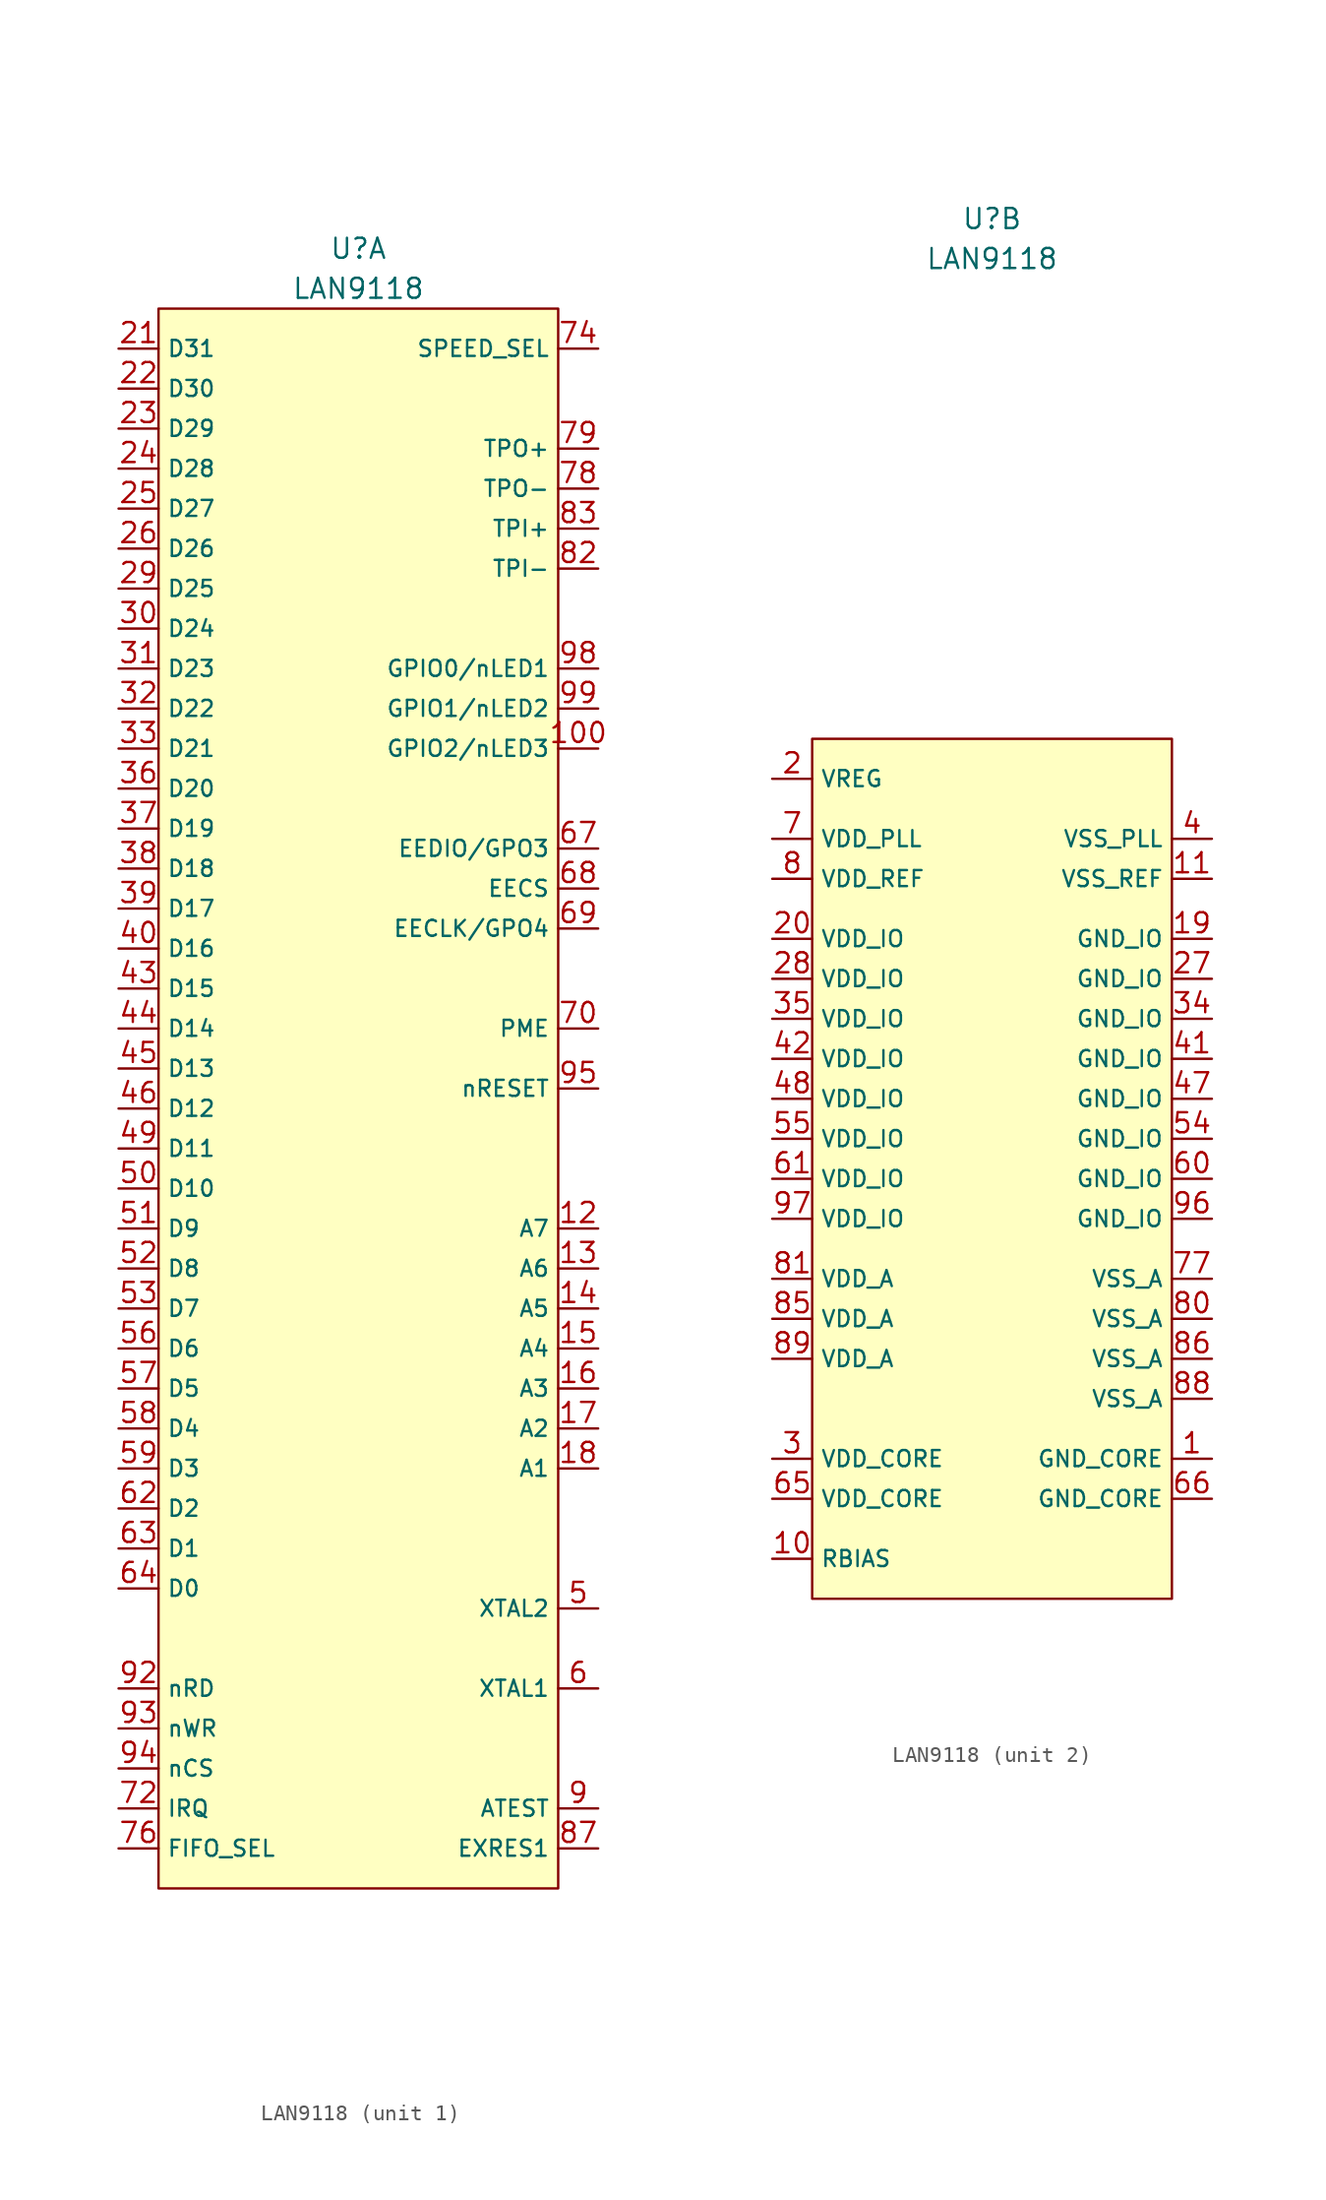
<source format=kicad_sym>
(kicad_symbol_lib
  (version 20201005)
  (generator kicad_symbol_editor)
  (symbol "CustomSymbols:LAN9118"
    (property "Reference" "U"
      (at 0 53.34 0)
      (effects (font (size 1.27 1.27))))
    (property "Value" "LAN9118"
      (at 0 50.8 0)
      (effects (font (size 1.27 1.27))))
    (property "ki_locked" ""
      (at 0 0 0)
      (effects (font (size 1.27 1.27))))
    (symbol "LAN9118_1_0"
      (pin bidirectional line (at 15.24 21.59 180) (length 2.54) (name "GPIO2/nLED3" (effects (font (size 1.016 1.016)))) (number "100" (effects (font (size 1.27 1.27)))))
      (pin input line (at 15.24 -8.89 180) (length 2.54) (name "A7" (effects (font (size 1.016 1.016)))) (number "12" (effects (font (size 1.27 1.27)))))
      (pin input line (at 15.24 -11.43 180) (length 2.54) (name "A6" (effects (font (size 1.016 1.016)))) (number "13" (effects (font (size 1.27 1.27)))))
      (pin input line (at 15.24 -13.97 180) (length 2.54) (name "A5" (effects (font (size 1.016 1.016)))) (number "14" (effects (font (size 1.27 1.27)))))
      (pin input line (at 15.24 -16.51 180) (length 2.54) (name "A4" (effects (font (size 1.016 1.016)))) (number "15" (effects (font (size 1.27 1.27)))))
      (pin input line (at 15.24 -19.05 180) (length 2.54) (name "A3" (effects (font (size 1.016 1.016)))) (number "16" (effects (font (size 1.27 1.27)))))
      (pin input line (at 15.24 -21.59 180) (length 2.54) (name "A2" (effects (font (size 1.016 1.016)))) (number "17" (effects (font (size 1.27 1.27)))))
      (pin input line (at 15.24 -24.13 180) (length 2.54) (name "A1" (effects (font (size 1.016 1.016)))) (number "18" (effects (font (size 1.27 1.27)))))
      (pin bidirectional line (at -15.24 46.99 0) (length 2.54) (name "D31" (effects (font (size 1.016 1.016)))) (number "21" (effects (font (size 1.27 1.27)))))
      (pin bidirectional line (at -15.24 44.45 0) (length 2.54) (name "D30" (effects (font (size 1.016 1.016)))) (number "22" (effects (font (size 1.27 1.27)))))
      (pin bidirectional line (at -15.24 41.91 0) (length 2.54) (name "D29" (effects (font (size 1.016 1.016)))) (number "23" (effects (font (size 1.27 1.27)))))
      (pin bidirectional line (at -15.24 39.37 0) (length 2.54) (name "D28" (effects (font (size 1.016 1.016)))) (number "24" (effects (font (size 1.27 1.27)))))
      (pin bidirectional line (at -15.24 36.83 0) (length 2.54) (name "D27" (effects (font (size 1.016 1.016)))) (number "25" (effects (font (size 1.27 1.27)))))
      (pin bidirectional line (at -15.24 34.29 0) (length 2.54) (name "D26" (effects (font (size 1.016 1.016)))) (number "26" (effects (font (size 1.27 1.27)))))
      (pin bidirectional line (at -15.24 31.75 0) (length 2.54) (name "D25" (effects (font (size 1.016 1.016)))) (number "29" (effects (font (size 1.27 1.27)))))
      (pin bidirectional line (at -15.24 29.21 0) (length 2.54) (name "D24" (effects (font (size 1.016 1.016)))) (number "30" (effects (font (size 1.27 1.27)))))
      (pin bidirectional line (at -15.24 26.67 0) (length 2.54) (name "D23" (effects (font (size 1.016 1.016)))) (number "31" (effects (font (size 1.27 1.27)))))
      (pin bidirectional line (at -15.24 24.13 0) (length 2.54) (name "D22" (effects (font (size 1.016 1.016)))) (number "32" (effects (font (size 1.27 1.27)))))
      (pin bidirectional line (at -15.24 21.59 0) (length 2.54) (name "D21" (effects (font (size 1.016 1.016)))) (number "33" (effects (font (size 1.27 1.27)))))
      (pin bidirectional line (at -15.24 19.05 0) (length 2.54) (name "D20" (effects (font (size 1.016 1.016)))) (number "36" (effects (font (size 1.27 1.27)))))
      (pin bidirectional line (at -15.24 16.51 0) (length 2.54) (name "D19" (effects (font (size 1.016 1.016)))) (number "37" (effects (font (size 1.27 1.27)))))
      (pin bidirectional line (at -15.24 13.97 0) (length 2.54) (name "D18" (effects (font (size 1.016 1.016)))) (number "38" (effects (font (size 1.27 1.27)))))
      (pin bidirectional line (at -15.24 11.43 0) (length 2.54) (name "D17" (effects (font (size 1.016 1.016)))) (number "39" (effects (font (size 1.27 1.27)))))
      (pin bidirectional line (at -15.24 8.89 0) (length 2.54) (name "D16" (effects (font (size 1.016 1.016)))) (number "40" (effects (font (size 1.27 1.27)))))
      (pin bidirectional line (at -15.24 6.35 0) (length 2.54) (name "D15" (effects (font (size 1.016 1.016)))) (number "43" (effects (font (size 1.27 1.27)))))
      (pin bidirectional line (at -15.24 3.81 0) (length 2.54) (name "D14" (effects (font (size 1.016 1.016)))) (number "44" (effects (font (size 1.27 1.27)))))
      (pin bidirectional line (at -15.24 1.27 0) (length 2.54) (name "D13" (effects (font (size 1.016 1.016)))) (number "45" (effects (font (size 1.27 1.27)))))
      (pin bidirectional line (at -15.24 -1.27 0) (length 2.54) (name "D12" (effects (font (size 1.016 1.016)))) (number "46" (effects (font (size 1.27 1.27)))))
      (pin bidirectional line (at -15.24 -3.81 0) (length 2.54) (name "D11" (effects (font (size 1.016 1.016)))) (number "49" (effects (font (size 1.27 1.27)))))
      (pin passive line (at 15.24 -33.02 180) (length 2.54) (name "XTAL2" (effects (font (size 1.016 1.016)))) (number "5" (effects (font (size 1.27 1.27)))))
      (pin bidirectional line (at -15.24 -6.35 0) (length 2.54) (name "D10" (effects (font (size 1.016 1.016)))) (number "50" (effects (font (size 1.27 1.27)))))
      (pin bidirectional line (at -15.24 -8.89 0) (length 2.54) (name "D9" (effects (font (size 1.016 1.016)))) (number "51" (effects (font (size 1.27 1.27)))))
      (pin bidirectional line (at -15.24 -11.43 0) (length 2.54) (name "D8" (effects (font (size 1.016 1.016)))) (number "52" (effects (font (size 1.27 1.27)))))
      (pin bidirectional line (at -15.24 -13.97 0) (length 2.54) (name "D7" (effects (font (size 1.016 1.016)))) (number "53" (effects (font (size 1.27 1.27)))))
      (pin bidirectional line (at -15.24 -16.51 0) (length 2.54) (name "D6" (effects (font (size 1.016 1.016)))) (number "56" (effects (font (size 1.27 1.27)))))
      (pin bidirectional line (at -15.24 -19.05 0) (length 2.54) (name "D5" (effects (font (size 1.016 1.016)))) (number "57" (effects (font (size 1.27 1.27)))))
      (pin bidirectional line (at -15.24 -21.59 0) (length 2.54) (name "D4" (effects (font (size 1.016 1.016)))) (number "58" (effects (font (size 1.27 1.27)))))
      (pin bidirectional line (at -15.24 -24.13 0) (length 2.54) (name "D3" (effects (font (size 1.016 1.016)))) (number "59" (effects (font (size 1.27 1.27)))))
      (pin passive line (at 15.24 -38.1 180) (length 2.54) (name "XTAL1" (effects (font (size 1.016 1.016)))) (number "6" (effects (font (size 1.27 1.27)))))
      (pin bidirectional line (at -15.24 -26.67 0) (length 2.54) (name "D2" (effects (font (size 1.016 1.016)))) (number "62" (effects (font (size 1.27 1.27)))))
      (pin bidirectional line (at -15.24 -29.21 0) (length 2.54) (name "D1" (effects (font (size 1.016 1.016)))) (number "63" (effects (font (size 1.27 1.27)))))
      (pin bidirectional line (at -15.24 -31.75 0) (length 2.54) (name "D0" (effects (font (size 1.016 1.016)))) (number "64" (effects (font (size 1.27 1.27)))))
      (pin bidirectional line (at 15.24 15.24 180) (length 2.54) (name "EEDIO/GPO3" (effects (font (size 1.016 1.016)))) (number "67" (effects (font (size 1.27 1.27)))))
      (pin output line (at 15.24 12.7 180) (length 2.54) (name "EECS" (effects (font (size 1.016 1.016)))) (number "68" (effects (font (size 1.27 1.27)))))
      (pin output line (at 15.24 10.16 180) (length 2.54) (name "EECLK/GPO4" (effects (font (size 1.016 1.016)))) (number "69" (effects (font (size 1.27 1.27)))))
      (pin output line (at 15.24 3.81 180) (length 2.54) (name "PME" (effects (font (size 1.016 1.016)))) (number "70" (effects (font (size 1.27 1.27)))))
      (pin no_connect line (at 0 -53.34 90) (length 2.54) hide (name "Reserved" (effects (font (size 1.016 1.016)))) (number "71" (effects (font (size 1.27 1.27)))))
      (pin output line (at -15.24 -45.72 0) (length 2.54) (name "IRQ" (effects (font (size 1.016 1.016)))) (number "72" (effects (font (size 1.27 1.27)))))
      (pin no_connect line (at 0 -53.34 90) (length 2.54) hide (name "Reserved" (effects (font (size 1.016 1.016)))) (number "73" (effects (font (size 1.27 1.27)))))
      (pin input line (at 15.24 46.99 180) (length 2.54) (name "SPEED_SEL" (effects (font (size 1.016 1.016)))) (number "74" (effects (font (size 1.27 1.27)))))
      (pin no_connect line (at 0 -53.34 90) (length 2.54) hide (name "Reserved" (effects (font (size 1.016 1.016)))) (number "75" (effects (font (size 1.27 1.27)))))
      (pin input line (at -15.24 -48.26 0) (length 2.54) (name "FIFO_SEL" (effects (font (size 1.016 1.016)))) (number "76" (effects (font (size 1.27 1.27)))))
      (pin output line (at 15.24 38.1 180) (length 2.54) (name "TPO-" (effects (font (size 1.016 1.016)))) (number "78" (effects (font (size 1.27 1.27)))))
      (pin output line (at 15.24 40.64 180) (length 2.54) (name "TPO+" (effects (font (size 1.016 1.016)))) (number "79" (effects (font (size 1.27 1.27)))))
      (pin input line (at 15.24 33.02 180) (length 2.54) (name "TPI-" (effects (font (size 1.016 1.016)))) (number "82" (effects (font (size 1.27 1.27)))))
      (pin input line (at 15.24 35.56 180) (length 2.54) (name "TPI+" (effects (font (size 1.016 1.016)))) (number "83" (effects (font (size 1.27 1.27)))))
      (pin no_connect line (at 0 -53.34 90) (length 2.54) hide (name "Reserved" (effects (font (size 1.016 1.016)))) (number "84" (effects (font (size 1.27 1.27)))))
      (pin input line (at 15.24 -48.26 180) (length 2.54) (name "EXRES1" (effects (font (size 1.016 1.016)))) (number "87" (effects (font (size 1.27 1.27)))))
      (pin passive line (at 15.24 -45.72 180) (length 2.54) (name "ATEST" (effects (font (size 1.016 1.016)))) (number "9" (effects (font (size 1.27 1.27)))))
      (pin no_connect line (at 0 -53.34 90) (length 2.54) hide (name "Reserved" (effects (font (size 1.016 1.016)))) (number "90" (effects (font (size 1.27 1.27)))))
      (pin no_connect line (at 0 -53.34 90) (length 2.54) hide (name "Reserved" (effects (font (size 1.016 1.016)))) (number "91" (effects (font (size 1.27 1.27)))))
      (pin input line (at -15.24 -38.1 0) (length 2.54) (name "nRD" (effects (font (size 1.016 1.016)))) (number "92" (effects (font (size 1.27 1.27)))))
      (pin input line (at -15.24 -40.64 0) (length 2.54) (name "nWR" (effects (font (size 1.016 1.016)))) (number "93" (effects (font (size 1.27 1.27)))))
      (pin input line (at -15.24 -43.18 0) (length 2.54) (name "nCS" (effects (font (size 1.016 1.016)))) (number "94" (effects (font (size 1.27 1.27)))))
      (pin input line (at 15.24 0 180) (length 2.54) (name "nRESET" (effects (font (size 1.016 1.016)))) (number "95" (effects (font (size 1.27 1.27)))))
      (pin bidirectional line (at 15.24 26.67 180) (length 2.54) (name "GPIO0/nLED1" (effects (font (size 1.016 1.016)))) (number "98" (effects (font (size 1.27 1.27)))))
      (pin bidirectional line (at 15.24 24.13 180) (length 2.54) (name "GPIO1/nLED2" (effects (font (size 1.016 1.016)))) (number "99" (effects (font (size 1.27 1.27))))))
    (symbol "LAN9118_1_1"
      (rectangle (start -12.7 49.53) (end 12.7 -50.8) (stroke (width 0.152)) (fill (type background))))
    (symbol "LAN9118_2_0"
      (pin power_in line (at 13.97 -25.4 180) (length 2.54) (name "GND_CORE" (effects (font (size 1.016 1.016)))) (number "1" (effects (font (size 1.27 1.27)))))
      (pin passive line (at -13.97 -31.75 0) (length 2.54) (name "RBIAS" (effects (font (size 1.016 1.016)))) (number "10" (effects (font (size 1.27 1.27)))))
      (pin power_in line (at 13.97 11.43 180) (length 2.54) (name "VSS_REF" (effects (font (size 1.016 1.016)))) (number "11" (effects (font (size 1.27 1.27)))))
      (pin power_in line (at 13.97 7.62 180) (length 2.54) (name "GND_IO" (effects (font (size 1.016 1.016)))) (number "19" (effects (font (size 1.27 1.27)))))
      (pin power_in line (at -13.97 17.78 0) (length 2.54) (name "VREG" (effects (font (size 1.016 1.016)))) (number "2" (effects (font (size 1.27 1.27)))))
      (pin power_in line (at -13.97 7.62 0) (length 2.54) (name "VDD_IO" (effects (font (size 1.016 1.016)))) (number "20" (effects (font (size 1.27 1.27)))))
      (pin power_in line (at 13.97 5.08 180) (length 2.54) (name "GND_IO" (effects (font (size 1.016 1.016)))) (number "27" (effects (font (size 1.27 1.27)))))
      (pin power_in line (at -13.97 5.08 0) (length 2.54) (name "VDD_IO" (effects (font (size 1.016 1.016)))) (number "28" (effects (font (size 1.27 1.27)))))
      (pin power_in line (at -13.97 -25.4 0) (length 2.54) (name "VDD_CORE" (effects (font (size 1.016 1.016)))) (number "3" (effects (font (size 1.27 1.27)))))
      (pin power_in line (at 13.97 2.54 180) (length 2.54) (name "GND_IO" (effects (font (size 1.016 1.016)))) (number "34" (effects (font (size 1.27 1.27)))))
      (pin power_in line (at -13.97 2.54 0) (length 2.54) (name "VDD_IO" (effects (font (size 1.016 1.016)))) (number "35" (effects (font (size 1.27 1.27)))))
      (pin power_in line (at 13.97 13.97 180) (length 2.54) (name "VSS_PLL" (effects (font (size 1.016 1.016)))) (number "4" (effects (font (size 1.27 1.27)))))
      (pin power_in line (at 13.97 0 180) (length 2.54) (name "GND_IO" (effects (font (size 1.016 1.016)))) (number "41" (effects (font (size 1.27 1.27)))))
      (pin power_in line (at -13.97 0 0) (length 2.54) (name "VDD_IO" (effects (font (size 1.016 1.016)))) (number "42" (effects (font (size 1.27 1.27)))))
      (pin power_in line (at 13.97 -2.54 180) (length 2.54) (name "GND_IO" (effects (font (size 1.016 1.016)))) (number "47" (effects (font (size 1.27 1.27)))))
      (pin power_in line (at -13.97 -2.54 0) (length 2.54) (name "VDD_IO" (effects (font (size 1.016 1.016)))) (number "48" (effects (font (size 1.27 1.27)))))
      (pin power_in line (at 13.97 -5.08 180) (length 2.54) (name "GND_IO" (effects (font (size 1.016 1.016)))) (number "54" (effects (font (size 1.27 1.27)))))
      (pin power_in line (at -13.97 -5.08 0) (length 2.54) (name "VDD_IO" (effects (font (size 1.016 1.016)))) (number "55" (effects (font (size 1.27 1.27)))))
      (pin power_in line (at 13.97 -7.62 180) (length 2.54) (name "GND_IO" (effects (font (size 1.016 1.016)))) (number "60" (effects (font (size 1.27 1.27)))))
      (pin power_in line (at -13.97 -7.62 0) (length 2.54) (name "VDD_IO" (effects (font (size 1.016 1.016)))) (number "61" (effects (font (size 1.27 1.27)))))
      (pin power_in line (at -13.97 -27.94 0) (length 2.54) (name "VDD_CORE" (effects (font (size 1.016 1.016)))) (number "65" (effects (font (size 1.27 1.27)))))
      (pin power_in line (at 13.97 -27.94 180) (length 2.54) (name "GND_CORE" (effects (font (size 1.016 1.016)))) (number "66" (effects (font (size 1.27 1.27)))))
      (pin power_in line (at -13.97 13.97 0) (length 2.54) (name "VDD_PLL" (effects (font (size 1.016 1.016)))) (number "7" (effects (font (size 1.27 1.27)))))
      (pin power_in line (at 13.97 -13.97 180) (length 2.54) (name "VSS_A" (effects (font (size 1.016 1.016)))) (number "77" (effects (font (size 1.27 1.27)))))
      (pin power_in line (at -13.97 11.43 0) (length 2.54) (name "VDD_REF" (effects (font (size 1.016 1.016)))) (number "8" (effects (font (size 1.27 1.27)))))
      (pin power_in line (at 13.97 -16.51 180) (length 2.54) (name "VSS_A" (effects (font (size 1.016 1.016)))) (number "80" (effects (font (size 1.27 1.27)))))
      (pin power_in line (at -13.97 -13.97 0) (length 2.54) (name "VDD_A" (effects (font (size 1.016 1.016)))) (number "81" (effects (font (size 1.27 1.27)))))
      (pin power_in line (at -13.97 -16.51 0) (length 2.54) (name "VDD_A" (effects (font (size 1.016 1.016)))) (number "85" (effects (font (size 1.27 1.27)))))
      (pin power_in line (at 13.97 -19.05 180) (length 2.54) (name "VSS_A" (effects (font (size 1.016 1.016)))) (number "86" (effects (font (size 1.27 1.27)))))
      (pin power_in line (at 13.97 -21.59 180) (length 2.54) (name "VSS_A" (effects (font (size 1.016 1.016)))) (number "88" (effects (font (size 1.27 1.27)))))
      (pin power_in line (at -13.97 -19.05 0) (length 2.54) (name "VDD_A" (effects (font (size 1.016 1.016)))) (number "89" (effects (font (size 1.27 1.27)))))
      (pin power_in line (at 13.97 -10.16 180) (length 2.54) (name "GND_IO" (effects (font (size 1.016 1.016)))) (number "96" (effects (font (size 1.27 1.27)))))
      (pin power_in line (at -13.97 -10.16 0) (length 2.54) (name "VDD_IO" (effects (font (size 1.016 1.016)))) (number "97" (effects (font (size 1.27 1.27))))))
    (symbol "LAN9118_2_1"
      (rectangle (start -11.43 20.32) (end 11.43 -34.29) (stroke (width 0.152)) (fill (type background))))))
</source>
